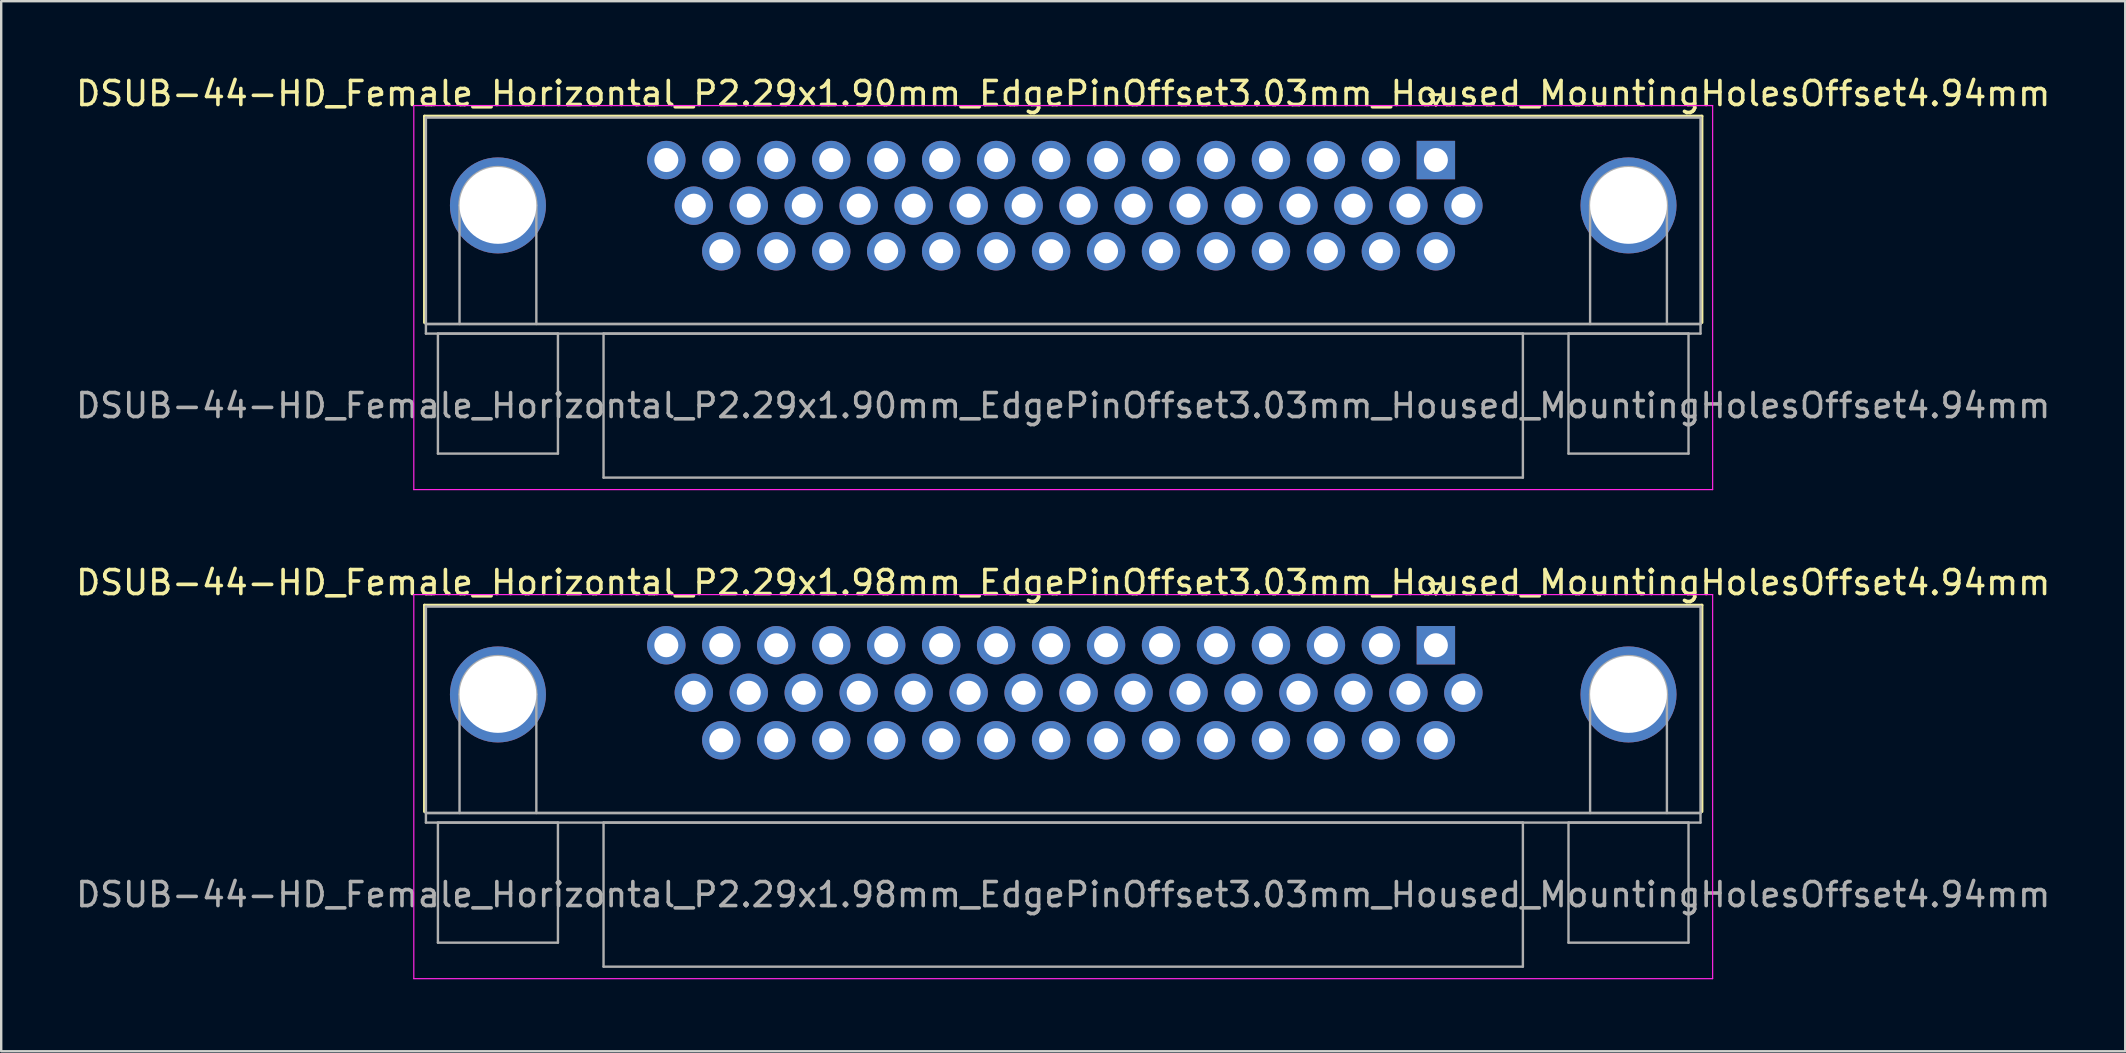
<source format=kicad_pcb>
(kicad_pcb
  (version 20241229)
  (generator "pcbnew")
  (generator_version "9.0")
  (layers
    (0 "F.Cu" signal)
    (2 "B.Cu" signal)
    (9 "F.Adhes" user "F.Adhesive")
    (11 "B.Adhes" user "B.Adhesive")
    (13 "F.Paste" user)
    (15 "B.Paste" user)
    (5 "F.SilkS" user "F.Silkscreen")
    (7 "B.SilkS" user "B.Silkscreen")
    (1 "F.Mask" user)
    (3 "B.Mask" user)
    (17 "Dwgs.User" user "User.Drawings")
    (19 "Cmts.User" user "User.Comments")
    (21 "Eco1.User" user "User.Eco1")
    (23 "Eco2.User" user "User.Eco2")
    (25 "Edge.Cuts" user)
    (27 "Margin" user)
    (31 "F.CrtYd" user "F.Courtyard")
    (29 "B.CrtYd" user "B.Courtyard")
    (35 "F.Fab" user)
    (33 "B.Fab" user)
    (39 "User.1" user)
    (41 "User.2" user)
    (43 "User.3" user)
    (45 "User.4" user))
  (footprint "DSUB-44-HD_Female_Horizontal_P2.29x1.90mm_EdgePinOffset3.03mm_Housed_MountingHolesOffset4.94mm"
    (layer "F.Cu")
    (at 56.769 3.618)
    (property "Reference" "DSUB-44-HD_Female_Horizontal_P2.29x1.90mm_EdgePinOffset3.03mm_Housed_MountingHolesOffset4.94mm" (at -15.525 -2.77 0) (layer "F.SilkS") (effects (font (size 1 1) (thickness 0.15))))
    (attr through_hole)
    (fp_line (start -42.135 -1.83) (end 11.085 -1.83) (stroke (width 0.12) (type solid)) (layer "F.SilkS"))
    (fp_line (start -42.135 6.77) (end -42.135 -1.83) (stroke (width 0.12) (type solid)) (layer "F.SilkS"))
    (fp_line (start -0.25 -2.724) (end 0.25 -2.724) (stroke (width 0.12) (type solid)) (layer "F.SilkS"))
    (fp_line (start 0 -2.291) (end -0.25 -2.724) (stroke (width 0.12) (type solid)) (layer "F.SilkS"))
    (fp_line (start 0.25 -2.724) (end 0 -2.291) (stroke (width 0.12) (type solid)) (layer "F.SilkS"))
    (fp_line (start 11.085 -1.83) (end 11.085 6.77) (stroke (width 0.12) (type solid)) (layer "F.SilkS"))
    (fp_line (start -42.58 -2.27) (end -42.58 13.73) (stroke (width 0.05) (type solid)) (layer "F.CrtYd"))
    (fp_line (start -42.58 13.73) (end 11.53 13.73) (stroke (width 0.05) (type solid)) (layer "F.CrtYd"))
    (fp_line (start 11.53 -2.27) (end -42.58 -2.27) (stroke (width 0.05) (type solid)) (layer "F.CrtYd"))
    (fp_line (start 11.53 13.73) (end 11.53 -2.27) (stroke (width 0.05) (type solid)) (layer "F.CrtYd"))
    (fp_line (start -42.075 -1.77) (end -42.075 6.83) (stroke (width 0.1) (type solid)) (layer "F.Fab"))
    (fp_line (start -42.075 6.83) (end -42.075 7.23) (stroke (width 0.1) (type solid)) (layer "F.Fab"))
    (fp_line (start -42.075 6.83) (end 11.025 6.83) (stroke (width 0.1) (type solid)) (layer "F.Fab"))
    (fp_line (start -42.075 7.23) (end 11.025 7.23) (stroke (width 0.1) (type solid)) (layer "F.Fab"))
    (fp_line (start -41.575 7.23) (end -41.575 12.23) (stroke (width 0.1) (type solid)) (layer "F.Fab"))
    (fp_line (start -41.575 12.23) (end -36.575 12.23) (stroke (width 0.1) (type solid)) (layer "F.Fab"))
    (fp_line (start -40.675 6.83) (end -40.675 1.89) (stroke (width 0.1) (type solid)) (layer "F.Fab"))
    (fp_line (start -37.475 6.83) (end -37.475 1.89) (stroke (width 0.1) (type solid)) (layer "F.Fab"))
    (fp_line (start -36.575 7.23) (end -41.575 7.23) (stroke (width 0.1) (type solid)) (layer "F.Fab"))
    (fp_line (start -36.575 12.23) (end -36.575 7.23) (stroke (width 0.1) (type solid)) (layer "F.Fab"))
    (fp_line (start -34.675 7.23) (end -34.675 13.23) (stroke (width 0.1) (type solid)) (layer "F.Fab"))
    (fp_line (start -34.675 13.23) (end 3.625 13.23) (stroke (width 0.1) (type solid)) (layer "F.Fab"))
    (fp_line (start 3.625 7.23) (end -34.675 7.23) (stroke (width 0.1) (type solid)) (layer "F.Fab"))
    (fp_line (start 3.625 13.23) (end 3.625 7.23) (stroke (width 0.1) (type solid)) (layer "F.Fab"))
    (fp_line (start 5.525 7.23) (end 5.525 12.23) (stroke (width 0.1) (type solid)) (layer "F.Fab"))
    (fp_line (start 5.525 12.23) (end 10.525 12.23) (stroke (width 0.1) (type solid)) (layer "F.Fab"))
    (fp_line (start 6.425 6.83) (end 6.425 1.89) (stroke (width 0.1) (type solid)) (layer "F.Fab"))
    (fp_line (start 9.625 6.83) (end 9.625 1.89) (stroke (width 0.1) (type solid)) (layer "F.Fab"))
    (fp_line (start 10.525 7.23) (end 5.525 7.23) (stroke (width 0.1) (type solid)) (layer "F.Fab"))
    (fp_line (start 10.525 12.23) (end 10.525 7.23) (stroke (width 0.1) (type solid)) (layer "F.Fab"))
    (fp_line (start 11.025 -1.77) (end -42.075 -1.77) (stroke (width 0.1) (type solid)) (layer "F.Fab"))
    (fp_line (start 11.025 6.83) (end -42.075 6.83) (stroke (width 0.1) (type solid)) (layer "F.Fab"))
    (fp_line (start 11.025 6.83) (end 11.025 -1.77) (stroke (width 0.1) (type solid)) (layer "F.Fab"))
    (fp_line (start 11.025 7.23) (end 11.025 6.83) (stroke (width 0.1) (type solid)) (layer "F.Fab"))
    (fp_arc (start -40.675 1.89) (mid -39.075 0.29) (end -37.475 1.89) (stroke (width 0.1) (type solid)) (layer "F.Fab"))
    (fp_arc (start 6.425 1.89) (mid 8.025 0.29) (end 9.625 1.89) (stroke (width 0.1) (type solid)) (layer "F.Fab"))
    (fp_text user "${REFERENCE}" (at -15.525 10.23 0) (layer "F.Fab") (effects (font (size 1 1) (thickness 0.15))))
    (pad "0" thru_hole circle (at -39.075 1.89) (size 4 4) (drill 3.2) (layers "*.Cu" "*.Mask"))
    (pad "0" thru_hole circle (at 8.025 1.89) (size 4 4) (drill 3.2) (layers "*.Cu" "*.Mask"))
    (pad "1" thru_hole rect (at 0 0) (size 1.6 1.6) (drill 1) (layers "*.Cu" "*.Mask"))
    (pad "2" thru_hole circle (at -2.29 0) (size 1.6 1.6) (drill 1) (layers "*.Cu" "*.Mask"))
    (pad "3" thru_hole circle (at -4.58 0) (size 1.6 1.6) (drill 1) (layers "*.Cu" "*.Mask"))
    (pad "4" thru_hole circle (at -6.87 0) (size 1.6 1.6) (drill 1) (layers "*.Cu" "*.Mask"))
    (pad "5" thru_hole circle (at -9.16 0) (size 1.6 1.6) (drill 1) (layers "*.Cu" "*.Mask"))
    (pad "6" thru_hole circle (at -11.45 0) (size 1.6 1.6) (drill 1) (layers "*.Cu" "*.Mask"))
    (pad "7" thru_hole circle (at -13.74 0) (size 1.6 1.6) (drill 1) (layers "*.Cu" "*.Mask"))
    (pad "8" thru_hole circle (at -16.03 0) (size 1.6 1.6) (drill 1) (layers "*.Cu" "*.Mask"))
    (pad "9" thru_hole circle (at -18.32 0) (size 1.6 1.6) (drill 1) (layers "*.Cu" "*.Mask"))
    (pad "10" thru_hole circle (at -20.61 0) (size 1.6 1.6) (drill 1) (layers "*.Cu" "*.Mask"))
    (pad "11" thru_hole circle (at -22.9 0) (size 1.6 1.6) (drill 1) (layers "*.Cu" "*.Mask"))
    (pad "12" thru_hole circle (at -25.19 0) (size 1.6 1.6) (drill 1) (layers "*.Cu" "*.Mask"))
    (pad "13" thru_hole circle (at -27.48 0) (size 1.6 1.6) (drill 1) (layers "*.Cu" "*.Mask"))
    (pad "14" thru_hole circle (at -29.77 0) (size 1.6 1.6) (drill 1) (layers "*.Cu" "*.Mask"))
    (pad "15" thru_hole circle (at -32.06 0) (size 1.6 1.6) (drill 1) (layers "*.Cu" "*.Mask"))
    (pad "16" thru_hole circle (at 1.145 1.9) (size 1.6 1.6) (drill 1) (layers "*.Cu" "*.Mask"))
    (pad "17" thru_hole circle (at -1.145 1.9) (size 1.6 1.6) (drill 1) (layers "*.Cu" "*.Mask"))
    (pad "18" thru_hole circle (at -3.435 1.9) (size 1.6 1.6) (drill 1) (layers "*.Cu" "*.Mask"))
    (pad "19" thru_hole circle (at -5.725 1.9) (size 1.6 1.6) (drill 1) (layers "*.Cu" "*.Mask"))
    (pad "20" thru_hole circle (at -8.015 1.9) (size 1.6 1.6) (drill 1) (layers "*.Cu" "*.Mask"))
    (pad "21" thru_hole circle (at -10.305 1.9) (size 1.6 1.6) (drill 1) (layers "*.Cu" "*.Mask"))
    (pad "22" thru_hole circle (at -12.595 1.9) (size 1.6 1.6) (drill 1) (layers "*.Cu" "*.Mask"))
    (pad "23" thru_hole circle (at -14.885 1.9) (size 1.6 1.6) (drill 1) (layers "*.Cu" "*.Mask"))
    (pad "24" thru_hole circle (at -17.175 1.9) (size 1.6 1.6) (drill 1) (layers "*.Cu" "*.Mask"))
    (pad "25" thru_hole circle (at -19.465 1.9) (size 1.6 1.6) (drill 1) (layers "*.Cu" "*.Mask"))
    (pad "26" thru_hole circle (at -21.755 1.9) (size 1.6 1.6) (drill 1) (layers "*.Cu" "*.Mask"))
    (pad "27" thru_hole circle (at -24.045 1.9) (size 1.6 1.6) (drill 1) (layers "*.Cu" "*.Mask"))
    (pad "28" thru_hole circle (at -26.335 1.9) (size 1.6 1.6) (drill 1) (layers "*.Cu" "*.Mask"))
    (pad "29" thru_hole circle (at -28.625 1.9) (size 1.6 1.6) (drill 1) (layers "*.Cu" "*.Mask"))
    (pad "30" thru_hole circle (at -30.915 1.9) (size 1.6 1.6) (drill 1) (layers "*.Cu" "*.Mask"))
    (pad "31" thru_hole circle (at 0 3.8) (size 1.6 1.6) (drill 1) (layers "*.Cu" "*.Mask"))
    (pad "32" thru_hole circle (at -2.29 3.8) (size 1.6 1.6) (drill 1) (layers "*.Cu" "*.Mask"))
    (pad "33" thru_hole circle (at -4.58 3.8) (size 1.6 1.6) (drill 1) (layers "*.Cu" "*.Mask"))
    (pad "34" thru_hole circle (at -6.87 3.8) (size 1.6 1.6) (drill 1) (layers "*.Cu" "*.Mask"))
    (pad "35" thru_hole circle (at -9.16 3.8) (size 1.6 1.6) (drill 1) (layers "*.Cu" "*.Mask"))
    (pad "36" thru_hole circle (at -11.45 3.8) (size 1.6 1.6) (drill 1) (layers "*.Cu" "*.Mask"))
    (pad "37" thru_hole circle (at -13.74 3.8) (size 1.6 1.6) (drill 1) (layers "*.Cu" "*.Mask"))
    (pad "38" thru_hole circle (at -16.03 3.8) (size 1.6 1.6) (drill 1) (layers "*.Cu" "*.Mask"))
    (pad "39" thru_hole circle (at -18.32 3.8) (size 1.6 1.6) (drill 1) (layers "*.Cu" "*.Mask"))
    (pad "40" thru_hole circle (at -20.61 3.8) (size 1.6 1.6) (drill 1) (layers "*.Cu" "*.Mask"))
    (pad "41" thru_hole circle (at -22.9 3.8) (size 1.6 1.6) (drill 1) (layers "*.Cu" "*.Mask"))
    (pad "42" thru_hole circle (at -25.19 3.8) (size 1.6 1.6) (drill 1) (layers "*.Cu" "*.Mask"))
    (pad "43" thru_hole circle (at -27.48 3.8) (size 1.6 1.6) (drill 1) (layers "*.Cu" "*.Mask"))
    (pad "44" thru_hole circle (at -29.77 3.8) (size 1.6 1.6) (drill 1) (layers "*.Cu" "*.Mask")))
  (footprint "DSUB-44-HD_Female_Horizontal_P2.29x1.98mm_EdgePinOffset3.03mm_Housed_MountingHolesOffset4.94mm"
    (layer "F.Cu")
    (at 56.769 23.831)
    (property "Reference" "DSUB-44-HD_Female_Horizontal_P2.29x1.98mm_EdgePinOffset3.03mm_Housed_MountingHolesOffset4.94mm" (at -15.525 -2.61 0) (layer "F.SilkS") (effects (font (size 1 1) (thickness 0.15))))
    (attr through_hole)
    (fp_line (start -42.135 -1.67) (end 11.085 -1.67) (stroke (width 0.12) (type solid)) (layer "F.SilkS"))
    (fp_line (start -42.135 6.93) (end -42.135 -1.67) (stroke (width 0.12) (type solid)) (layer "F.SilkS"))
    (fp_line (start -0.25 -2.564) (end 0.25 -2.564) (stroke (width 0.12) (type solid)) (layer "F.SilkS"))
    (fp_line (start 0 -2.131) (end -0.25 -2.564) (stroke (width 0.12) (type solid)) (layer "F.SilkS"))
    (fp_line (start 0.25 -2.564) (end 0 -2.131) (stroke (width 0.12) (type solid)) (layer "F.SilkS"))
    (fp_line (start 11.085 -1.67) (end 11.085 6.93) (stroke (width 0.12) (type solid)) (layer "F.SilkS"))
    (fp_line (start -42.58 -2.11) (end -42.58 13.89) (stroke (width 0.05) (type solid)) (layer "F.CrtYd"))
    (fp_line (start -42.58 13.89) (end 11.53 13.89) (stroke (width 0.05) (type solid)) (layer "F.CrtYd"))
    (fp_line (start 11.53 -2.11) (end -42.58 -2.11) (stroke (width 0.05) (type solid)) (layer "F.CrtYd"))
    (fp_line (start 11.53 13.89) (end 11.53 -2.11) (stroke (width 0.05) (type solid)) (layer "F.CrtYd"))
    (fp_line (start -42.075 -1.61) (end -42.075 6.99) (stroke (width 0.1) (type solid)) (layer "F.Fab"))
    (fp_line (start -42.075 6.99) (end -42.075 7.39) (stroke (width 0.1) (type solid)) (layer "F.Fab"))
    (fp_line (start -42.075 6.99) (end 11.025 6.99) (stroke (width 0.1) (type solid)) (layer "F.Fab"))
    (fp_line (start -42.075 7.39) (end 11.025 7.39) (stroke (width 0.1) (type solid)) (layer "F.Fab"))
    (fp_line (start -41.575 7.39) (end -41.575 12.39) (stroke (width 0.1) (type solid)) (layer "F.Fab"))
    (fp_line (start -41.575 12.39) (end -36.575 12.39) (stroke (width 0.1) (type solid)) (layer "F.Fab"))
    (fp_line (start -40.675 6.99) (end -40.675 2.05) (stroke (width 0.1) (type solid)) (layer "F.Fab"))
    (fp_line (start -37.475 6.99) (end -37.475 2.05) (stroke (width 0.1) (type solid)) (layer "F.Fab"))
    (fp_line (start -36.575 7.39) (end -41.575 7.39) (stroke (width 0.1) (type solid)) (layer "F.Fab"))
    (fp_line (start -36.575 12.39) (end -36.575 7.39) (stroke (width 0.1) (type solid)) (layer "F.Fab"))
    (fp_line (start -34.675 7.39) (end -34.675 13.39) (stroke (width 0.1) (type solid)) (layer "F.Fab"))
    (fp_line (start -34.675 13.39) (end 3.625 13.39) (stroke (width 0.1) (type solid)) (layer "F.Fab"))
    (fp_line (start 3.625 7.39) (end -34.675 7.39) (stroke (width 0.1) (type solid)) (layer "F.Fab"))
    (fp_line (start 3.625 13.39) (end 3.625 7.39) (stroke (width 0.1) (type solid)) (layer "F.Fab"))
    (fp_line (start 5.525 7.39) (end 5.525 12.39) (stroke (width 0.1) (type solid)) (layer "F.Fab"))
    (fp_line (start 5.525 12.39) (end 10.525 12.39) (stroke (width 0.1) (type solid)) (layer "F.Fab"))
    (fp_line (start 6.425 6.99) (end 6.425 2.05) (stroke (width 0.1) (type solid)) (layer "F.Fab"))
    (fp_line (start 9.625 6.99) (end 9.625 2.05) (stroke (width 0.1) (type solid)) (layer "F.Fab"))
    (fp_line (start 10.525 7.39) (end 5.525 7.39) (stroke (width 0.1) (type solid)) (layer "F.Fab"))
    (fp_line (start 10.525 12.39) (end 10.525 7.39) (stroke (width 0.1) (type solid)) (layer "F.Fab"))
    (fp_line (start 11.025 -1.61) (end -42.075 -1.61) (stroke (width 0.1) (type solid)) (layer "F.Fab"))
    (fp_line (start 11.025 6.99) (end -42.075 6.99) (stroke (width 0.1) (type solid)) (layer "F.Fab"))
    (fp_line (start 11.025 6.99) (end 11.025 -1.61) (stroke (width 0.1) (type solid)) (layer "F.Fab"))
    (fp_line (start 11.025 7.39) (end 11.025 6.99) (stroke (width 0.1) (type solid)) (layer "F.Fab"))
    (fp_arc (start -40.675 2.05) (mid -39.075 0.45) (end -37.475 2.05) (stroke (width 0.1) (type solid)) (layer "F.Fab"))
    (fp_arc (start 6.425 2.05) (mid 8.025 0.45) (end 9.625 2.05) (stroke (width 0.1) (type solid)) (layer "F.Fab"))
    (fp_text user "${REFERENCE}" (at -15.525 10.39 0) (layer "F.Fab") (effects (font (size 1 1) (thickness 0.15))))
    (pad "0" thru_hole circle (at -39.075 2.05) (size 4 4) (drill 3.2) (layers "*.Cu" "*.Mask"))
    (pad "0" thru_hole circle (at 8.025 2.05) (size 4 4) (drill 3.2) (layers "*.Cu" "*.Mask"))
    (pad "1" thru_hole rect (at 0 0) (size 1.6 1.6) (drill 1) (layers "*.Cu" "*.Mask"))
    (pad "2" thru_hole circle (at -2.29 0) (size 1.6 1.6) (drill 1) (layers "*.Cu" "*.Mask"))
    (pad "3" thru_hole circle (at -4.58 0) (size 1.6 1.6) (drill 1) (layers "*.Cu" "*.Mask"))
    (pad "4" thru_hole circle (at -6.87 0) (size 1.6 1.6) (drill 1) (layers "*.Cu" "*.Mask"))
    (pad "5" thru_hole circle (at -9.16 0) (size 1.6 1.6) (drill 1) (layers "*.Cu" "*.Mask"))
    (pad "6" thru_hole circle (at -11.45 0) (size 1.6 1.6) (drill 1) (layers "*.Cu" "*.Mask"))
    (pad "7" thru_hole circle (at -13.74 0) (size 1.6 1.6) (drill 1) (layers "*.Cu" "*.Mask"))
    (pad "8" thru_hole circle (at -16.03 0) (size 1.6 1.6) (drill 1) (layers "*.Cu" "*.Mask"))
    (pad "9" thru_hole circle (at -18.32 0) (size 1.6 1.6) (drill 1) (layers "*.Cu" "*.Mask"))
    (pad "10" thru_hole circle (at -20.61 0) (size 1.6 1.6) (drill 1) (layers "*.Cu" "*.Mask"))
    (pad "11" thru_hole circle (at -22.9 0) (size 1.6 1.6) (drill 1) (layers "*.Cu" "*.Mask"))
    (pad "12" thru_hole circle (at -25.19 0) (size 1.6 1.6) (drill 1) (layers "*.Cu" "*.Mask"))
    (pad "13" thru_hole circle (at -27.48 0) (size 1.6 1.6) (drill 1) (layers "*.Cu" "*.Mask"))
    (pad "14" thru_hole circle (at -29.77 0) (size 1.6 1.6) (drill 1) (layers "*.Cu" "*.Mask"))
    (pad "15" thru_hole circle (at -32.06 0) (size 1.6 1.6) (drill 1) (layers "*.Cu" "*.Mask"))
    (pad "16" thru_hole circle (at 1.145 1.98) (size 1.6 1.6) (drill 1) (layers "*.Cu" "*.Mask"))
    (pad "17" thru_hole circle (at -1.145 1.98) (size 1.6 1.6) (drill 1) (layers "*.Cu" "*.Mask"))
    (pad "18" thru_hole circle (at -3.435 1.98) (size 1.6 1.6) (drill 1) (layers "*.Cu" "*.Mask"))
    (pad "19" thru_hole circle (at -5.725 1.98) (size 1.6 1.6) (drill 1) (layers "*.Cu" "*.Mask"))
    (pad "20" thru_hole circle (at -8.015 1.98) (size 1.6 1.6) (drill 1) (layers "*.Cu" "*.Mask"))
    (pad "21" thru_hole circle (at -10.305 1.98) (size 1.6 1.6) (drill 1) (layers "*.Cu" "*.Mask"))
    (pad "22" thru_hole circle (at -12.595 1.98) (size 1.6 1.6) (drill 1) (layers "*.Cu" "*.Mask"))
    (pad "23" thru_hole circle (at -14.885 1.98) (size 1.6 1.6) (drill 1) (layers "*.Cu" "*.Mask"))
    (pad "24" thru_hole circle (at -17.175 1.98) (size 1.6 1.6) (drill 1) (layers "*.Cu" "*.Mask"))
    (pad "25" thru_hole circle (at -19.465 1.98) (size 1.6 1.6) (drill 1) (layers "*.Cu" "*.Mask"))
    (pad "26" thru_hole circle (at -21.755 1.98) (size 1.6 1.6) (drill 1) (layers "*.Cu" "*.Mask"))
    (pad "27" thru_hole circle (at -24.045 1.98) (size 1.6 1.6) (drill 1) (layers "*.Cu" "*.Mask"))
    (pad "28" thru_hole circle (at -26.335 1.98) (size 1.6 1.6) (drill 1) (layers "*.Cu" "*.Mask"))
    (pad "29" thru_hole circle (at -28.625 1.98) (size 1.6 1.6) (drill 1) (layers "*.Cu" "*.Mask"))
    (pad "30" thru_hole circle (at -30.915 1.98) (size 1.6 1.6) (drill 1) (layers "*.Cu" "*.Mask"))
    (pad "31" thru_hole circle (at 0 3.96) (size 1.6 1.6) (drill 1) (layers "*.Cu" "*.Mask"))
    (pad "32" thru_hole circle (at -2.29 3.96) (size 1.6 1.6) (drill 1) (layers "*.Cu" "*.Mask"))
    (pad "33" thru_hole circle (at -4.58 3.96) (size 1.6 1.6) (drill 1) (layers "*.Cu" "*.Mask"))
    (pad "34" thru_hole circle (at -6.87 3.96) (size 1.6 1.6) (drill 1) (layers "*.Cu" "*.Mask"))
    (pad "35" thru_hole circle (at -9.16 3.96) (size 1.6 1.6) (drill 1) (layers "*.Cu" "*.Mask"))
    (pad "36" thru_hole circle (at -11.45 3.96) (size 1.6 1.6) (drill 1) (layers "*.Cu" "*.Mask"))
    (pad "37" thru_hole circle (at -13.74 3.96) (size 1.6 1.6) (drill 1) (layers "*.Cu" "*.Mask"))
    (pad "38" thru_hole circle (at -16.03 3.96) (size 1.6 1.6) (drill 1) (layers "*.Cu" "*.Mask"))
    (pad "39" thru_hole circle (at -18.32 3.96) (size 1.6 1.6) (drill 1) (layers "*.Cu" "*.Mask"))
    (pad "40" thru_hole circle (at -20.61 3.96) (size 1.6 1.6) (drill 1) (layers "*.Cu" "*.Mask"))
    (pad "41" thru_hole circle (at -22.9 3.96) (size 1.6 1.6) (drill 1) (layers "*.Cu" "*.Mask"))
    (pad "42" thru_hole circle (at -25.19 3.96) (size 1.6 1.6) (drill 1) (layers "*.Cu" "*.Mask"))
    (pad "43" thru_hole circle (at -27.48 3.96) (size 1.6 1.6) (drill 1) (layers "*.Cu" "*.Mask"))
    (pad "44" thru_hole circle (at -29.77 3.96) (size 1.6 1.6) (drill 1) (layers "*.Cu" "*.Mask")))
  (gr_rect
    (start -3 -3)
    (end 85.488 40.746)
    (stroke (width 0.1) (type default))
    (fill no)
    (layer "Edge.Cuts")))
</source>
